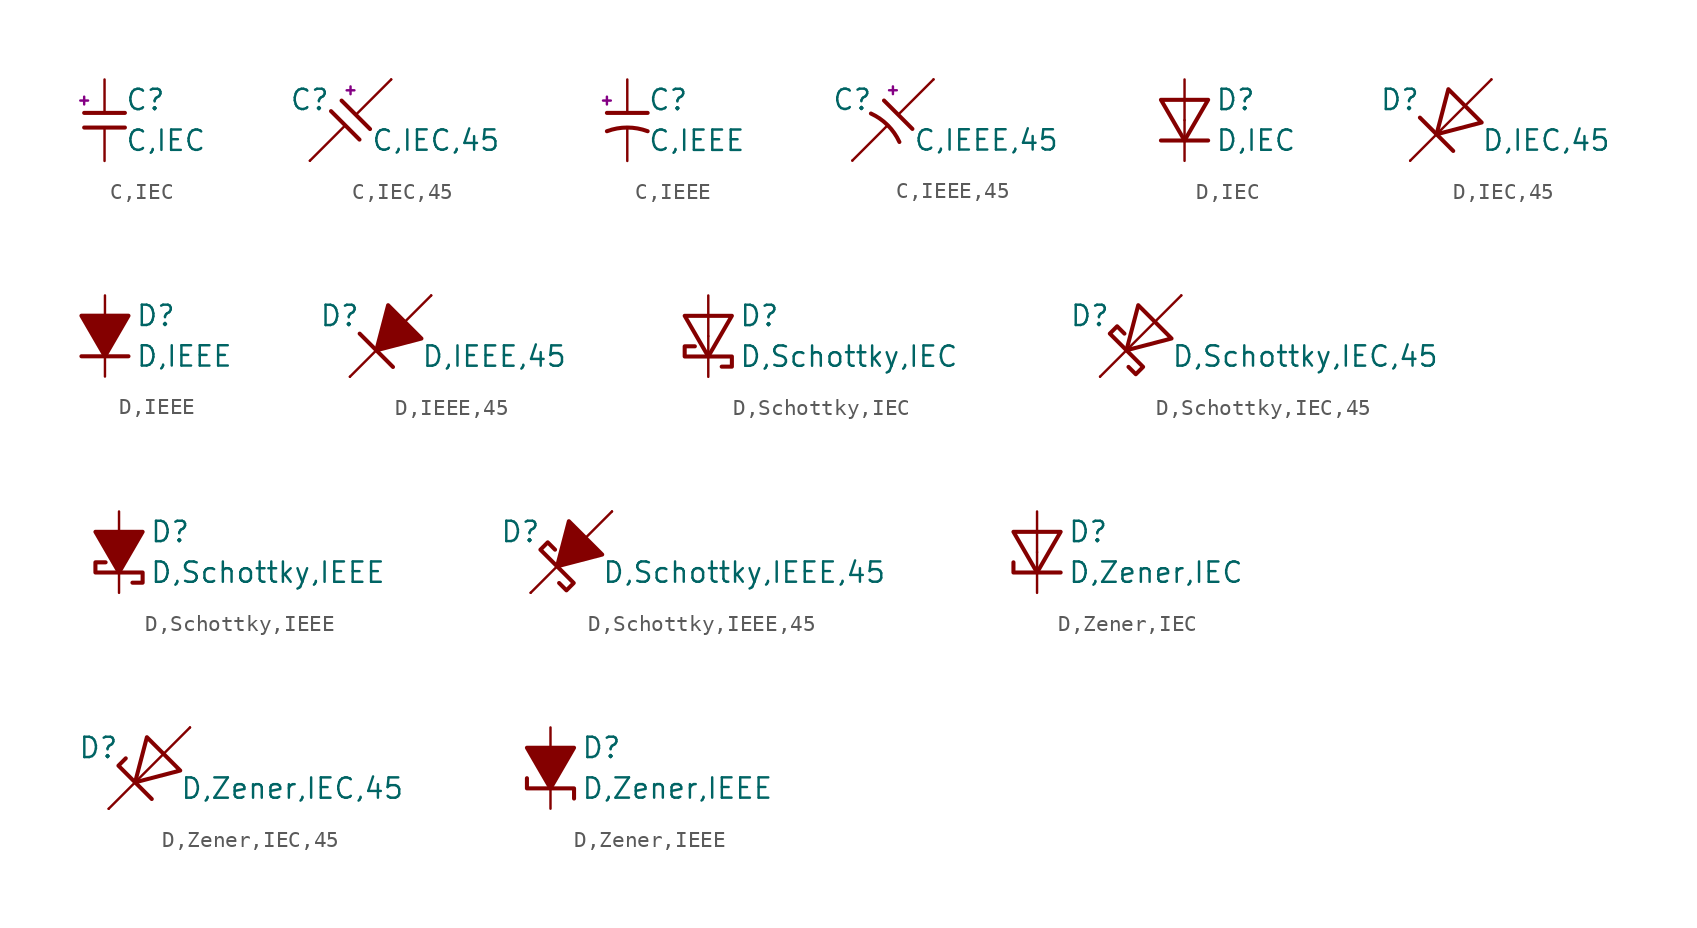
<source format=kicad_sym>
(kicad_symbol_lib
  (version 20211014)
  (generator kicad_symbol_editor)
  (symbol "C,IEC"
    (pin_numbers hide)
    (pin_names
      (offset 0) hide)
    (property "Reference" "C"
      (at 1.27 1.27 0)
      (effects (font (size 1.27 1.27)) (justify left)))
    (property "Value" "C,IEC"
      (at 1.27 -1.27 0)
      (effects (font (size 1.27 1.27)) (justify left)))
    (property "Indicator" "+"
      (at -1.27 1.27 0)
      (effects (font (size 0.635 0.635))))
    (symbol "C,IEC_1_1"
      (polyline (pts (xy -1.27 -0.457) (xy 1.27 -0.457)) (stroke (width 0.254) (type default) (color 0 0 0 0)) (fill (type none)))
      (polyline (pts (xy -1.27 0.457) (xy 1.27 0.457)) (stroke (width 0.254) (type default) (color 0 0 0 0)) (fill (type none)))
      (pin passive line (at 0 2.54 270) (length 2.083) (name "+" (effects (font (size 0.635 0.635)))) (number "1" (effects (font (size 0.914 0.914)))))
      (pin passive line (at 0 -2.54 90) (length 2.083) (name "-" (effects (font (size 0.635 0.635)))) (number "2" (effects (font (size 0.914 0.914)))))))
  (symbol "C,IEC,45"
    (pin_numbers hide)
    (pin_names
      (offset 0) hide)
    (property "Reference" "C"
      (at -1.27 1.27 0)
      (effects (font (size 1.27 1.27)) (justify right)))
    (property "Value" "C,IEC,45"
      (at 1.27 -1.27 0)
      (effects (font (size 1.27 1.27)) (justify left)))
    (property "Indicator" "+"
      (at 0 1.905 0)
      (effects (font (size 0.635 0.635))))
    (symbol "C,IEC,45_1_1"
      (polyline (pts (xy -2.54 -2.54) (xy -0.33 -0.33)) (stroke (width 0) (type default) (color 0 0 0 0)) (fill (type none)))
      (polyline (pts (xy -1.219 0.559) (xy 0.559 -1.219)) (stroke (width 0.254) (type default) (color 0 0 0 0)) (fill (type none)))
      (polyline (pts (xy -0.559 1.219) (xy 1.219 -0.559)) (stroke (width 0.254) (type default) (color 0 0 0 0)) (fill (type none)))
      (polyline (pts (xy 2.54 2.54) (xy 0.33 0.33)) (stroke (width 0) (type default) (color 0 0 0 0)) (fill (type none)))
      (pin passive line (at 2.54 2.54 270) (length 0) (name "+" (effects (font (size 0.635 0.635)))) (number "1" (effects (font (size 0.914 0.914)))))
      (pin passive line (at -2.54 -2.54 90) (length 0) (name "-" (effects (font (size 0.635 0.635)))) (number "2" (effects (font (size 0.914 0.914)))))))
  (symbol "C,IEEE"
    (pin_numbers hide)
    (pin_names
      (offset 0) hide)
    (property "Reference" "C"
      (at 1.27 1.27 0)
      (effects (font (size 1.27 1.27)) (justify left)))
    (property "Value" "C,IEEE"
      (at 1.27 -1.27 0)
      (effects (font (size 1.27 1.27)) (justify left)))
    (property "Indicator" "+"
      (at -1.27 1.27 0)
      (effects (font (size 0.635 0.635))))
    (symbol "C,IEEE_1_1"
      (polyline (pts (xy -1.27 0.457) (xy 1.27 0.457)) (stroke (width 0.254) (type default) (color 0 0 0 0)) (fill (type none)))
      (arc (start 1.27 -0.6858) (mid 0 -0.4566) (end -1.27 -0.6858) (stroke (width 0.254) (type default) (color 0 0 0 0)) (fill (type none)))
      (pin passive line (at 0 2.54 270) (length 2.083) (name "+" (effects (font (size 0.635 0.635)))) (number "1" (effects (font (size 0.914 0.914)))))
      (pin passive line (at 0 -2.54 90) (length 2.083) (name "-" (effects (font (size 0.635 0.635)))) (number "2" (effects (font (size 0.914 0.914)))))))
  (symbol "C,IEEE,45"
    (pin_numbers hide)
    (pin_names
      (offset 0) hide)
    (property "Reference" "C"
      (at -1.27 1.27 0)
      (effects (font (size 1.27 1.27)) (justify right)))
    (property "Value" "C,IEEE,45"
      (at 1.27 -1.27 0)
      (effects (font (size 1.27 1.27)) (justify left)))
    (property "Indicator" "+"
      (at 0 1.905 0)
      (effects (font (size 0.635 0.635))))
    (symbol "C,IEEE,45_1_1"
      (polyline (pts (xy -2.54 -2.54) (xy -0.33 -0.33)) (stroke (width 0) (type default) (color 0 0 0 0)) (fill (type none)))
      (polyline (pts (xy -0.559 1.219) (xy 1.219 -0.559)) (stroke (width 0.254) (type default) (color 0 0 0 0)) (fill (type none)))
      (polyline (pts (xy 2.54 2.54) (xy 0.33 0.33)) (stroke (width 0) (type default) (color 0 0 0 0)) (fill (type none)))
      (arc (start 0.4043 -1.3778) (mid -0.3272 -0.3272) (end -1.3778 0.4043) (stroke (width 0.254) (type default) (color 0 0 0 0)) (fill (type none)))
      (pin passive line (at 2.54 2.54 270) (length 0) (name "+" (effects (font (size 0.635 0.635)))) (number "1" (effects (font (size 0.914 0.914)))))
      (pin passive line (at -2.54 -2.54 90) (length 0) (name "-" (effects (font (size 0.635 0.635)))) (number "2" (effects (font (size 0.914 0.914)))))))
  (symbol "D,IEC"
    (pin_numbers hide)
    (pin_names
      (offset 0) hide)
    (property "Reference" "D"
      (at 1.905 1.27 0)
      (effects (font (size 1.27 1.27)) (justify left)))
    (property "Value" "D,IEC"
      (at 1.905 -1.27 0)
      (effects (font (size 1.27 1.27)) (justify left)))
    (symbol "D,IEC_1_1"
      (polyline (pts (xy -1.473 -1.27) (xy 1.473 -1.27)) (stroke (width 0.254) (type default) (color 0 0 0 0)) (fill (type none)))
      (polyline (pts (xy 0 -1.27) (xy 1.473 1.27) (xy -1.473 1.27) (xy 0 -1.27)) (stroke (width 0.254) (type default) (color 0 0 0 0)) (fill (type none)))
      (pin passive line (at 0 -2.54 90) (length 2.54) (name "K-" (effects (font (size 0.635 0.635)))) (number "1" (effects (font (size 0.914 0.914)))))
      (pin passive line (at 0 2.54 270) (length 2.54) (name "A+" (effects (font (size 0.635 0.635)))) (number "2" (effects (font (size 0.914 0.914)))))))
  (symbol "D,IEC,45"
    (pin_numbers hide)
    (pin_names
      (offset 0) hide)
    (property "Reference" "D"
      (at -1.905 1.27 0)
      (effects (font (size 1.27 1.27)) (justify right)))
    (property "Value" "D,IEC,45"
      (at 1.905 -1.27 0)
      (effects (font (size 1.27 1.27)) (justify left)))
    (symbol "D,IEC,45_1_1"
      (polyline (pts (xy -1.93 0.152) (xy 0.152 -1.93)) (stroke (width 0.254) (type default) (color 0 0 0 0)) (fill (type none)))
      (polyline (pts (xy 2.54 2.54) (xy -2.54 -2.54)) (stroke (width 0) (type default) (color 0 0 0 0)) (fill (type none)))
      (polyline (pts (xy -0.889 -0.889) (xy 1.93 -0.152) (xy -0.152 1.93) (xy -0.889 -0.889)) (stroke (width 0.254) (type default) (color 0 0 0 0)) (fill (type none)))
      (pin passive line (at -2.54 -2.54 90) (length 0) (name "K-" (effects (font (size 0.635 0.635)))) (number "1" (effects (font (size 0.914 0.914)))))
      (pin passive line (at 2.54 2.54 270) (length 0) (name "A+" (effects (font (size 0.635 0.635)))) (number "2" (effects (font (size 0.914 0.914)))))))
  (symbol "D,IEEE"
    (pin_numbers hide)
    (pin_names
      (offset 0) hide)
    (property "Reference" "D"
      (at 1.905 1.27 0)
      (effects (font (size 1.27 1.27)) (justify left)))
    (property "Value" "D,IEEE"
      (at 1.905 -1.27 0)
      (effects (font (size 1.27 1.27)) (justify left)))
    (symbol "D,IEEE_1_1"
      (polyline (pts (xy -1.473 -1.27) (xy 1.473 -1.27)) (stroke (width 0.254) (type default) (color 0 0 0 0)) (fill (type none)))
      (polyline (pts (xy 0 -1.27) (xy 1.473 1.27) (xy -1.473 1.27) (xy 0 -1.27)) (stroke (width 0.254) (type default) (color 0 0 0 0)) (fill (type outline)))
      (pin passive line (at 0 -2.54 90) (length 1.27) (name "K-" (effects (font (size 0.635 0.635)))) (number "1" (effects (font (size 0.914 0.914)))))
      (pin passive line (at 0 2.54 270) (length 1.27) (name "A+" (effects (font (size 0.635 0.635)))) (number "2" (effects (font (size 0.914 0.914)))))))
  (symbol "D,IEEE,45"
    (pin_numbers hide)
    (pin_names
      (offset 0) hide)
    (property "Reference" "D"
      (at -1.905 1.27 0)
      (effects (font (size 1.27 1.27)) (justify right)))
    (property "Value" "D,IEEE,45"
      (at 1.905 -1.27 0)
      (effects (font (size 1.27 1.27)) (justify left)))
    (symbol "D,IEEE,45_1_1"
      (polyline (pts (xy -2.54 -2.54) (xy -0.889 -0.889)) (stroke (width 0) (type default) (color 0 0 0 0)) (fill (type none)))
      (polyline (pts (xy -1.93 0.152) (xy 0.152 -1.93)) (stroke (width 0.254) (type default) (color 0 0 0 0)) (fill (type none)))
      (polyline (pts (xy 2.54 2.54) (xy 0.889 0.889)) (stroke (width 0) (type default) (color 0 0 0 0)) (fill (type none)))
      (polyline (pts (xy -0.889 -0.889) (xy 1.93 -0.152) (xy -0.152 1.93) (xy -0.889 -0.889)) (stroke (width 0.254) (type default) (color 0 0 0 0)) (fill (type outline)))
      (pin passive line (at -2.54 -2.54 90) (length 0) (name "K-" (effects (font (size 0.635 0.635)))) (number "1" (effects (font (size 0.914 0.914)))))
      (pin passive line (at 2.54 2.54 270) (length 0) (name "A+" (effects (font (size 0.635 0.635)))) (number "2" (effects (font (size 0.914 0.914)))))))
  (symbol "D,Schottky,IEC"
    (pin_numbers hide)
    (pin_names
      (offset 0) hide)
    (property "Reference" "D"
      (at 1.905 1.27 0)
      (effects (font (size 1.27 1.27)) (justify left)))
    (property "Value" "D,Schottky,IEC"
      (at 1.905 -1.27 0)
      (effects (font (size 1.27 1.27)) (justify left)))
    (symbol "D,Schottky,IEC_1_1"
      (polyline (pts (xy 0 -1.27) (xy 1.473 1.27) (xy -1.473 1.27) (xy 0 -1.27)) (stroke (width 0.254) (type default) (color 0 0 0 0)) (fill (type none)))
      (polyline (pts (xy -0.838 -0.635) (xy -1.473 -0.635) (xy -1.473 -1.27) (xy 1.473 -1.27) (xy 1.473 -1.905) (xy 0.838 -1.905)) (stroke (width 0.254) (type default) (color 0 0 0 0)) (fill (type none)))
      (pin passive line (at 0 -2.54 90) (length 2.54) (name "K-" (effects (font (size 0.635 0.635)))) (number "1" (effects (font (size 0.914 0.914)))))
      (pin passive line (at 0 2.54 270) (length 2.54) (name "A+" (effects (font (size 0.635 0.635)))) (number "2" (effects (font (size 0.914 0.914)))))))
  (symbol "D,Schottky,IEC,45"
    (pin_numbers hide)
    (pin_names
      (offset 0) hide)
    (property "Reference" "D"
      (at -1.905 1.27 0)
      (effects (font (size 1.27 1.27)) (justify right)))
    (property "Value" "D,Schottky,IEC,45"
      (at 1.905 -1.27 0)
      (effects (font (size 1.27 1.27)) (justify left)))
    (symbol "D,Schottky,IEC,45_1_1"
      (polyline (pts (xy 2.54 2.54) (xy -2.54 -2.54)) (stroke (width 0) (type default) (color 0 0 0 0)) (fill (type none)))
      (polyline (pts (xy -0.889 -0.889) (xy 1.93 -0.152) (xy -0.152 1.93) (xy -0.889 -0.889)) (stroke (width 0.254) (type default) (color 0 0 0 0)) (fill (type none)))
      (polyline (pts (xy -1.016 0.152) (xy -1.473 0.61) (xy -1.93 0.152) (xy 0.152 -1.93) (xy -0.305 -2.388) (xy -0.762 -1.93)) (stroke (width 0.254) (type default) (color 0 0 0 0)) (fill (type none)))
      (pin passive line (at -2.54 -2.54 90) (length 0) (name "K-" (effects (font (size 0.635 0.635)))) (number "1" (effects (font (size 0.914 0.914)))))
      (pin passive line (at 2.54 2.54 270) (length 0) (name "A+" (effects (font (size 0.635 0.635)))) (number "2" (effects (font (size 0.914 0.914)))))))
  (symbol "D,Schottky,IEEE"
    (pin_numbers hide)
    (pin_names
      (offset 0) hide)
    (property "Reference" "D"
      (at 1.905 1.27 0)
      (effects (font (size 1.27 1.27)) (justify left)))
    (property "Value" "D,Schottky,IEEE"
      (at 1.905 -1.27 0)
      (effects (font (size 1.27 1.27)) (justify left)))
    (symbol "D,Schottky,IEEE_1_1"
      (polyline (pts (xy 0 -1.27) (xy 1.473 1.27) (xy -1.473 1.27) (xy 0 -1.27)) (stroke (width 0.254) (type default) (color 0 0 0 0)) (fill (type outline)))
      (polyline (pts (xy -0.838 -0.635) (xy -1.473 -0.635) (xy -1.473 -1.27) (xy 1.473 -1.27) (xy 1.473 -1.905) (xy 0.838 -1.905)) (stroke (width 0.254) (type default) (color 0 0 0 0)) (fill (type none)))
      (pin passive line (at 0 -2.54 90) (length 1.27) (name "K-" (effects (font (size 0.635 0.635)))) (number "1" (effects (font (size 0.914 0.914)))))
      (pin passive line (at 0 2.54 270) (length 1.27) (name "A+" (effects (font (size 0.635 0.635)))) (number "2" (effects (font (size 0.914 0.914)))))))
  (symbol "D,Schottky,IEEE,45"
    (pin_numbers hide)
    (pin_names
      (offset 0) hide)
    (property "Reference" "D"
      (at -1.905 1.27 0)
      (effects (font (size 1.27 1.27)) (justify right)))
    (property "Value" "D,Schottky,IEEE,45"
      (at 1.905 -1.27 0)
      (effects (font (size 1.27 1.27)) (justify left)))
    (symbol "D,Schottky,IEEE,45_1_1"
      (polyline (pts (xy -2.54 -2.54) (xy -0.889 -0.889)) (stroke (width 0) (type default) (color 0 0 0 0)) (fill (type none)))
      (polyline (pts (xy 2.54 2.54) (xy 0.889 0.889)) (stroke (width 0) (type default) (color 0 0 0 0)) (fill (type none)))
      (polyline (pts (xy -0.889 -0.889) (xy 1.93 -0.152) (xy -0.152 1.93) (xy -0.889 -0.889)) (stroke (width 0.254) (type default) (color 0 0 0 0)) (fill (type outline)))
      (polyline (pts (xy -1.016 0.152) (xy -1.473 0.61) (xy -1.93 0.152) (xy 0.152 -1.93) (xy -0.305 -2.388) (xy -0.762 -1.93)) (stroke (width 0.254) (type default) (color 0 0 0 0)) (fill (type none)))
      (pin passive line (at -2.54 -2.54 90) (length 0) (name "K-" (effects (font (size 0.635 0.635)))) (number "1" (effects (font (size 0.914 0.914)))))
      (pin passive line (at 2.54 2.54 270) (length 0) (name "A+" (effects (font (size 0.635 0.635)))) (number "2" (effects (font (size 0.914 0.914)))))))
  (symbol "D,Zener,IEC"
    (pin_numbers hide)
    (pin_names
      (offset 0) hide)
    (property "Reference" "D"
      (at 1.905 1.27 0)
      (effects (font (size 1.27 1.27)) (justify left)))
    (property "Value" "D,Zener,IEC"
      (at 1.905 -1.27 0)
      (effects (font (size 1.27 1.27)) (justify left)))
    (symbol "D,Zener,IEC_1_1"
      (polyline (pts (xy -1.473 -0.635) (xy -1.473 -1.27) (xy 1.473 -1.27)) (stroke (width 0.254) (type default) (color 0 0 0 0)) (fill (type none)))
      (polyline (pts (xy 0 -1.27) (xy 1.473 1.27) (xy -1.473 1.27) (xy 0 -1.27)) (stroke (width 0.254) (type default) (color 0 0 0 0)) (fill (type none)))
      (pin passive line (at 0 -2.54 90) (length 2.54) (name "K-" (effects (font (size 0.635 0.635)))) (number "1" (effects (font (size 0.914 0.914)))))
      (pin passive line (at 0 2.54 270) (length 2.54) (name "A+" (effects (font (size 0.635 0.635)))) (number "2" (effects (font (size 0.914 0.914)))))))
  (symbol "D,Zener,IEC,45"
    (pin_numbers hide)
    (pin_names
      (offset 0) hide)
    (property "Reference" "D"
      (at -1.905 1.27 0)
      (effects (font (size 1.27 1.27)) (justify right)))
    (property "Value" "D,Zener,IEC,45"
      (at 1.905 -1.27 0)
      (effects (font (size 1.27 1.27)) (justify left)))
    (symbol "D,Zener,IEC,45_1_1"
      (polyline (pts (xy 2.54 2.54) (xy -2.54 -2.54)) (stroke (width 0) (type default) (color 0 0 0 0)) (fill (type none)))
      (polyline (pts (xy -1.473 0.61) (xy -1.93 0.152) (xy 0.152 -1.93)) (stroke (width 0.254) (type default) (color 0 0 0 0)) (fill (type none)))
      (polyline (pts (xy -0.889 -0.889) (xy 1.93 -0.152) (xy -0.152 1.93) (xy -0.889 -0.889)) (stroke (width 0.254) (type default) (color 0 0 0 0)) (fill (type none)))
      (pin passive line (at -2.54 -2.54 90) (length 0) (name "K-" (effects (font (size 0.635 0.635)))) (number "1" (effects (font (size 0.914 0.914)))))
      (pin passive line (at 2.54 2.54 270) (length 0) (name "A+" (effects (font (size 0.635 0.635)))) (number "2" (effects (font (size 0.914 0.914)))))))
  (symbol "D,Zener,IEEE"
    (pin_numbers hide)
    (pin_names
      (offset 0) hide)
    (property "Reference" "D"
      (at 1.905 1.27 0)
      (effects (font (size 1.27 1.27)) (justify left)))
    (property "Value" "D,Zener,IEEE"
      (at 1.905 -1.27 0)
      (effects (font (size 1.27 1.27)) (justify left)))
    (symbol "D,Zener,IEEE_1_1"
      (polyline (pts (xy -1.473 -0.635) (xy -1.473 -1.27) (xy 1.473 -1.27) (xy 1.473 -1.905)) (stroke (width 0.254) (type default) (color 0 0 0 0)) (fill (type none)))
      (polyline (pts (xy 0 -1.27) (xy 1.473 1.27) (xy -1.473 1.27) (xy 0 -1.27)) (stroke (width 0.254) (type default) (color 0 0 0 0)) (fill (type outline)))
      (pin passive line (at 0 -2.54 90) (length 1.27) (name "K-" (effects (font (size 0.635 0.635)))) (number "1" (effects (font (size 0.914 0.914)))))
      (pin passive line (at 0 2.54 270) (length 1.27) (name "A+" (effects (font (size 0.635 0.635)))) (number "2" (effects (font (size 0.914 0.914))))))))
</source>
